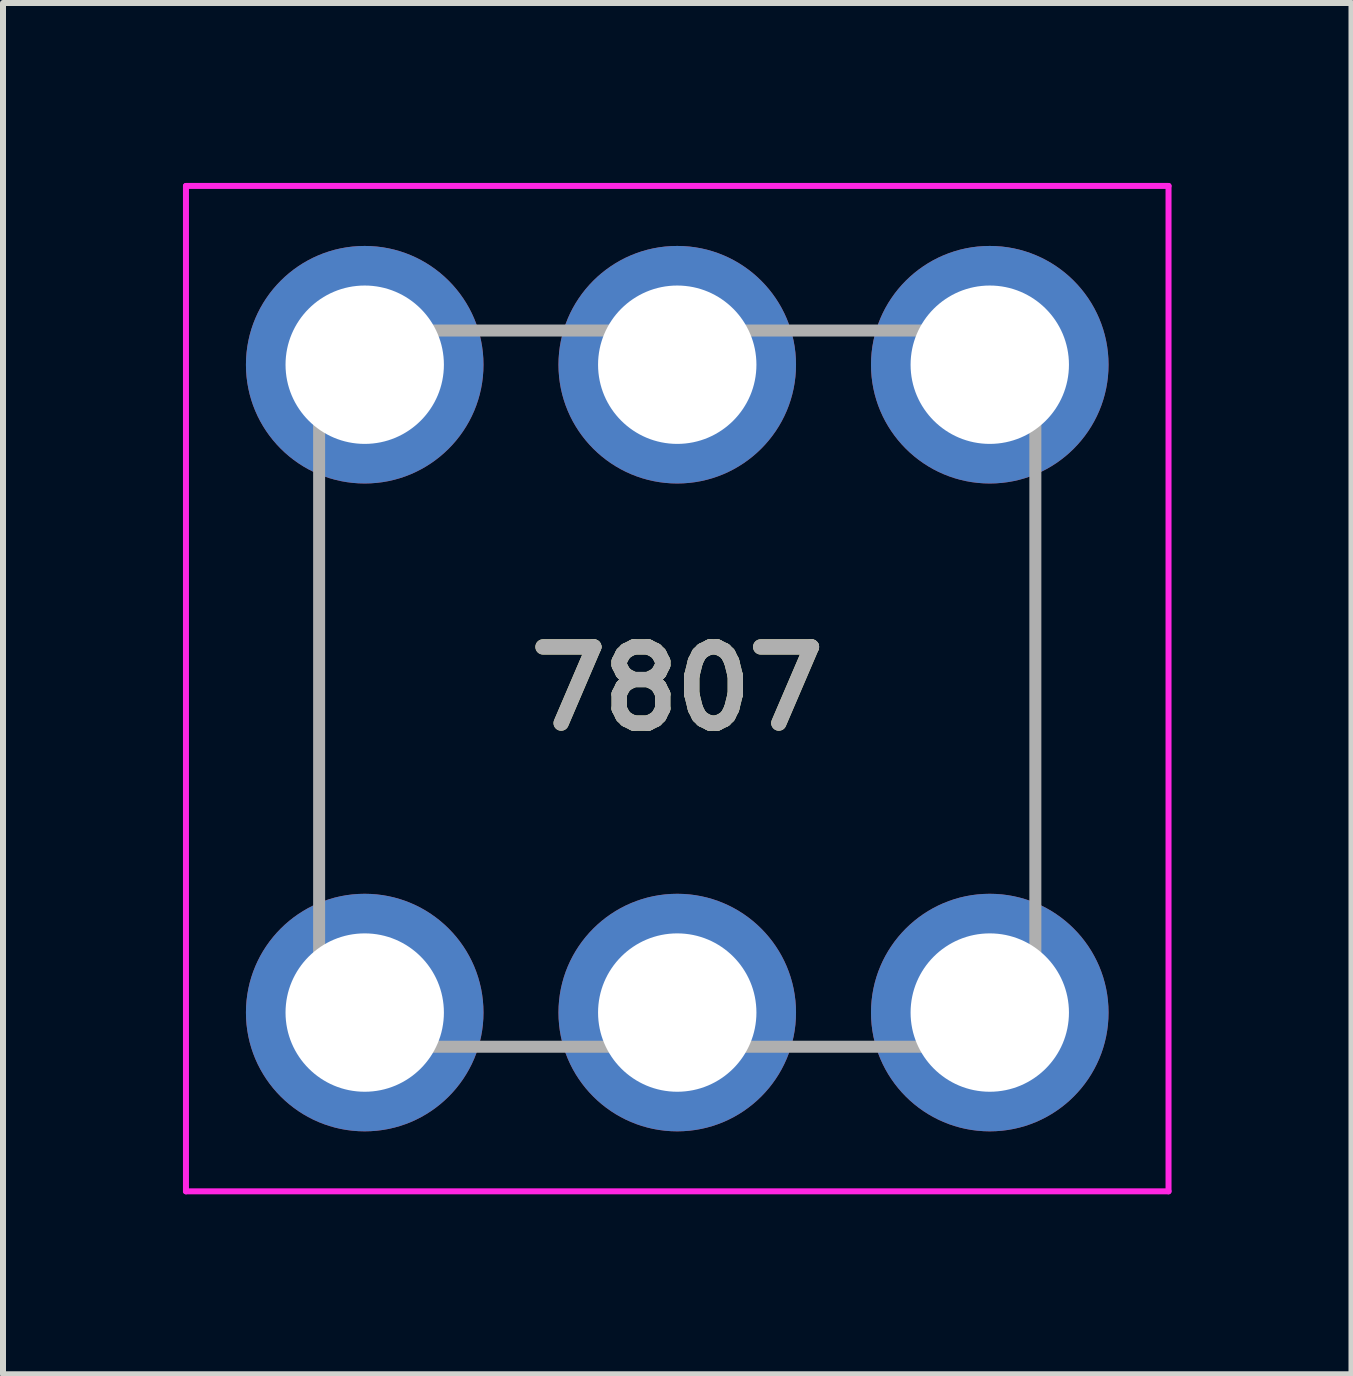
<source format=kicad_pcb>
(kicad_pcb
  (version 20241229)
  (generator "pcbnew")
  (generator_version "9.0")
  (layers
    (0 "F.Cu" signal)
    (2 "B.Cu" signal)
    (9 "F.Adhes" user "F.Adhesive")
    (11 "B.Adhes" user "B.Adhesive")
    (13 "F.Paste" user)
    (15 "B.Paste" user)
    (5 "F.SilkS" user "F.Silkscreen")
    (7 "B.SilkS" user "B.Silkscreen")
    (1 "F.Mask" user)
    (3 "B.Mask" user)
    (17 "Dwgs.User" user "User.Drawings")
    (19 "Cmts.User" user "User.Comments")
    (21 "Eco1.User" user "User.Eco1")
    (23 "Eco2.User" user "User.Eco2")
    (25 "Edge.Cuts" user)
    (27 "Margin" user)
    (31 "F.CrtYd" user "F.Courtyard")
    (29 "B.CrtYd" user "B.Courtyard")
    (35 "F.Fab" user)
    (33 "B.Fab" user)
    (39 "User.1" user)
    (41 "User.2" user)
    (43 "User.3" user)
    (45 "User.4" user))
  (footprint "7807"
    (layer "F.Cu")
    (at 3.03 13.83)
    (property "Reference" "7807" (at 5.21 -5.4 0) (layer "F.SilkS") (effects (font (size 1.27 1.27) (thickness 0.254))))
    (attr through_hole)
    (fp_line (start -0.76 -8.4) (end -0.79 -2.4) (stroke (width 0.1) (type solid)) (layer "F.SilkS"))
    (fp_line (start 11.18 -8.4) (end 11.21 -2.4) (stroke (width 0.1) (type solid)) (layer "F.SilkS"))
    (fp_line (start -2.98 -13.78) (end 13.4 -13.78) (stroke (width 0.1) (type solid)) (layer "F.CrtYd"))
    (fp_line (start -2.98 2.98) (end -2.98 -13.78) (stroke (width 0.1) (type solid)) (layer "F.CrtYd"))
    (fp_line (start 13.4 -13.78) (end 13.4 2.98) (stroke (width 0.1) (type solid)) (layer "F.CrtYd"))
    (fp_line (start 13.4 2.98) (end -2.98 2.98) (stroke (width 0.1) (type solid)) (layer "F.CrtYd"))
    (fp_line (start -0.76 -11.37) (end 11.18 -11.37) (stroke (width 0.2) (type solid)) (layer "F.Fab"))
    (fp_line (start -0.76 0.57) (end -0.76 -11.37) (stroke (width 0.2) (type solid)) (layer "F.Fab"))
    (fp_line (start 11.18 -11.37) (end 11.18 0.57) (stroke (width 0.2) (type solid)) (layer "F.Fab"))
    (fp_line (start 11.18 0.57) (end -0.76 0.57) (stroke (width 0.2) (type solid)) (layer "F.Fab"))
    (fp_text user "${REFERENCE}" (at 5.21 -5.4 0) (layer "F.Fab") (effects (font (size 1.27 1.27) (thickness 0.254))))
    (pad "1" thru_hole circle (at 0 0) (size 3.96 3.96) (drill 2.64) (layers "*.Cu" "*.Mask"))
    (pad "2" thru_hole circle (at 0 -10.8) (size 3.96 3.96) (drill 2.64) (layers "*.Cu" "*.Mask"))
    (pad "3" thru_hole circle (at 5.21 0) (size 3.96 3.96) (drill 2.64) (layers "*.Cu" "*.Mask"))
    (pad "4" thru_hole circle (at 5.21 -10.8) (size 3.96 3.96) (drill 2.64) (layers "*.Cu" "*.Mask"))
    (pad "5" thru_hole circle (at 10.42 0) (size 3.96 3.96) (drill 2.64) (layers "*.Cu" "*.Mask"))
    (pad "6" thru_hole circle (at 10.42 -10.8) (size 3.96 3.96) (drill 2.64) (layers "*.Cu" "*.Mask")))
  (gr_rect
    (start -3 -3)
    (end 19.48 19.86)
    (stroke (width 0.1) (type default))
    (fill no)
    (layer "Edge.Cuts")))
</source>
